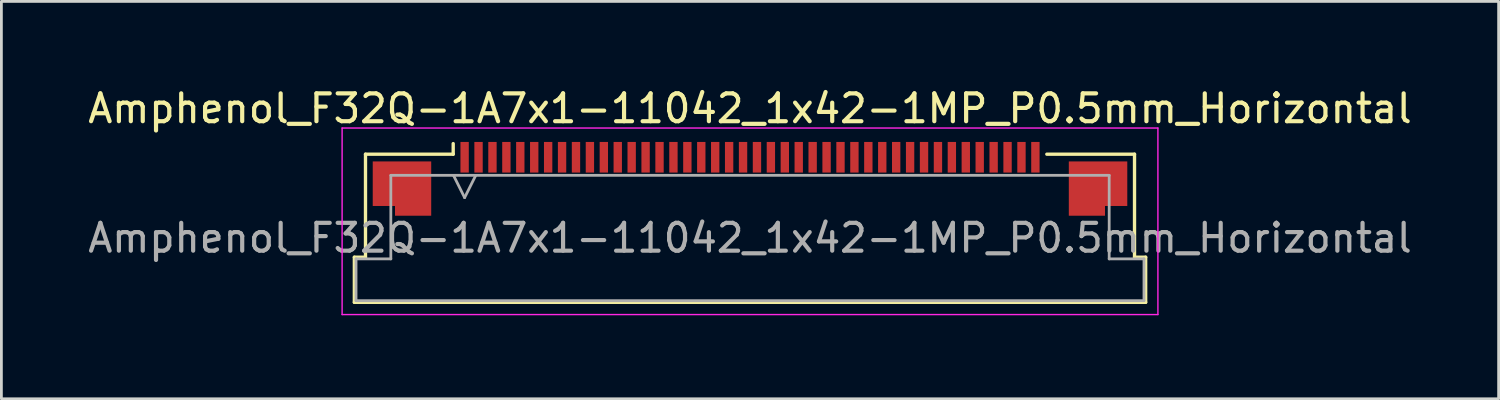
<source format=kicad_pcb>
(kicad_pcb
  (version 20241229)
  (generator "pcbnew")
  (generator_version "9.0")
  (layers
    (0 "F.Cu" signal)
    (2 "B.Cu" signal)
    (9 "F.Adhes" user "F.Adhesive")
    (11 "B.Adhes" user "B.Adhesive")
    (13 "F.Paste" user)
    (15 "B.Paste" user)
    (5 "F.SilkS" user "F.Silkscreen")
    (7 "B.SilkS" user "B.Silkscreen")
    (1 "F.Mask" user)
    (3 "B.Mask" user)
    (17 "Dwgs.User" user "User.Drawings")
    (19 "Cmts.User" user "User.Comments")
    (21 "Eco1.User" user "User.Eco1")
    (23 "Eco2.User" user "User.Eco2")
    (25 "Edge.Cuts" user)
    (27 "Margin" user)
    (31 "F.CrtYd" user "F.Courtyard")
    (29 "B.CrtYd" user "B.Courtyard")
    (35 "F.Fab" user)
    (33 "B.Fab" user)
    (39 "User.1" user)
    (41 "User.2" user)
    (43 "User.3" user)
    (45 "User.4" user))
  (footprint "Amphenol_F32Q-1A7x1-11042_1x42-1MP_P0.5mm_Horizontal"
    (layer "F.Cu")
    (at 23.887 5.498)
    (property "Reference" "Amphenol_F32Q-1A7x1-11042_1x42-1MP_P0.5mm_Horizontal" (at 0 -4.65 0) (layer "F.SilkS") (effects (font (size 1 1) (thickness 0.15))))
    (attr smd)
    (fp_line (start -14.21 0.69) (end -13.81 0.69) (stroke (width 0.12) (type solid)) (layer "F.SilkS"))
    (fp_line (start -14.21 2.31) (end -14.21 0.69) (stroke (width 0.12) (type solid)) (layer "F.SilkS"))
    (fp_line (start -13.81 -3.01) (end -10.66 -3.01) (stroke (width 0.12) (type solid)) (layer "F.SilkS"))
    (fp_line (start -13.81 0.69) (end -13.81 -3.01) (stroke (width 0.12) (type solid)) (layer "F.SilkS"))
    (fp_line (start -10.66 -3.01) (end -10.66 -3.39) (stroke (width 0.12) (type solid)) (layer "F.SilkS"))
    (fp_line (start 10.66 -3.01) (end 13.81 -3.01) (stroke (width 0.12) (type solid)) (layer "F.SilkS"))
    (fp_line (start 13.81 -3.01) (end 13.81 0.69) (stroke (width 0.12) (type solid)) (layer "F.SilkS"))
    (fp_line (start 13.81 0.69) (end 14.21 0.69) (stroke (width 0.12) (type solid)) (layer "F.SilkS"))
    (fp_line (start 14.21 0.69) (end 14.21 2.31) (stroke (width 0.12) (type solid)) (layer "F.SilkS"))
    (fp_line (start 14.21 2.31) (end -14.21 2.31) (stroke (width 0.12) (type solid)) (layer "F.SilkS"))
    (fp_line (start -14.65 -3.95) (end -14.65 2.75) (stroke (width 0.05) (type solid)) (layer "F.CrtYd"))
    (fp_line (start -14.65 2.75) (end 14.65 2.75) (stroke (width 0.05) (type solid)) (layer "F.CrtYd"))
    (fp_line (start 14.65 -3.95) (end -14.65 -3.95) (stroke (width 0.05) (type solid)) (layer "F.CrtYd"))
    (fp_line (start 14.65 2.75) (end 14.65 -3.95) (stroke (width 0.05) (type solid)) (layer "F.CrtYd"))
    (fp_line (start -14.15 0.75) (end -12.9 0.75) (stroke (width 0.1) (type solid)) (layer "F.Fab"))
    (fp_line (start -14.15 2.25) (end -14.15 0.75) (stroke (width 0.1) (type solid)) (layer "F.Fab"))
    (fp_line (start -12.9 -2.25) (end 12.9 -2.25) (stroke (width 0.1) (type solid)) (layer "F.Fab"))
    (fp_line (start -12.9 0.75) (end -12.9 -2.25) (stroke (width 0.1) (type solid)) (layer "F.Fab"))
    (fp_line (start -10.65 -2.25) (end -10.25 -1.45) (stroke (width 0.1) (type solid)) (layer "F.Fab"))
    (fp_line (start -10.25 -1.45) (end -9.85 -2.25) (stroke (width 0.1) (type solid)) (layer "F.Fab"))
    (fp_line (start 12.9 -2.25) (end 12.9 0.75) (stroke (width 0.1) (type solid)) (layer "F.Fab"))
    (fp_line (start 12.9 0.75) (end 14.15 0.75) (stroke (width 0.1) (type solid)) (layer "F.Fab"))
    (fp_line (start 14.15 0.75) (end 14.15 2.25) (stroke (width 0.1) (type solid)) (layer "F.Fab"))
    (fp_line (start 14.15 2.25) (end -14.15 2.25) (stroke (width 0.1) (type solid)) (layer "F.Fab"))
    (fp_text user "${REFERENCE}" (at 0 0 0) (layer "F.Fab") (effects (font (size 1 1) (thickness 0.15))))
    (pad "1" smd rect (at -10.25 -2.9) (size 0.3 1.1) (layers "F.Cu" "F.Mask" "F.Paste"))
    (pad "2" smd rect (at -9.75 -2.9) (size 0.3 1.1) (layers "F.Cu" "F.Mask" "F.Paste"))
    (pad "3" smd rect (at -9.25 -2.9) (size 0.3 1.1) (layers "F.Cu" "F.Mask" "F.Paste"))
    (pad "4" smd rect (at -8.75 -2.9) (size 0.3 1.1) (layers "F.Cu" "F.Mask" "F.Paste"))
    (pad "5" smd rect (at -8.25 -2.9) (size 0.3 1.1) (layers "F.Cu" "F.Mask" "F.Paste"))
    (pad "6" smd rect (at -7.75 -2.9) (size 0.3 1.1) (layers "F.Cu" "F.Mask" "F.Paste"))
    (pad "7" smd rect (at -7.25 -2.9) (size 0.3 1.1) (layers "F.Cu" "F.Mask" "F.Paste"))
    (pad "8" smd rect (at -6.75 -2.9) (size 0.3 1.1) (layers "F.Cu" "F.Mask" "F.Paste"))
    (pad "9" smd rect (at -6.25 -2.9) (size 0.3 1.1) (layers "F.Cu" "F.Mask" "F.Paste"))
    (pad "10" smd rect (at -5.75 -2.9) (size 0.3 1.1) (layers "F.Cu" "F.Mask" "F.Paste"))
    (pad "11" smd rect (at -5.25 -2.9) (size 0.3 1.1) (layers "F.Cu" "F.Mask" "F.Paste"))
    (pad "12" smd rect (at -4.75 -2.9) (size 0.3 1.1) (layers "F.Cu" "F.Mask" "F.Paste"))
    (pad "13" smd rect (at -4.25 -2.9) (size 0.3 1.1) (layers "F.Cu" "F.Mask" "F.Paste"))
    (pad "14" smd rect (at -3.75 -2.9) (size 0.3 1.1) (layers "F.Cu" "F.Mask" "F.Paste"))
    (pad "15" smd rect (at -3.25 -2.9) (size 0.3 1.1) (layers "F.Cu" "F.Mask" "F.Paste"))
    (pad "16" smd rect (at -2.75 -2.9) (size 0.3 1.1) (layers "F.Cu" "F.Mask" "F.Paste"))
    (pad "17" smd rect (at -2.25 -2.9) (size 0.3 1.1) (layers "F.Cu" "F.Mask" "F.Paste"))
    (pad "18" smd rect (at -1.75 -2.9) (size 0.3 1.1) (layers "F.Cu" "F.Mask" "F.Paste"))
    (pad "19" smd rect (at -1.25 -2.9) (size 0.3 1.1) (layers "F.Cu" "F.Mask" "F.Paste"))
    (pad "20" smd rect (at -0.75 -2.9) (size 0.3 1.1) (layers "F.Cu" "F.Mask" "F.Paste"))
    (pad "21" smd rect (at -0.25 -2.9) (size 0.3 1.1) (layers "F.Cu" "F.Mask" "F.Paste"))
    (pad "22" smd rect (at 0.25 -2.9) (size 0.3 1.1) (layers "F.Cu" "F.Mask" "F.Paste"))
    (pad "23" smd rect (at 0.75 -2.9) (size 0.3 1.1) (layers "F.Cu" "F.Mask" "F.Paste"))
    (pad "24" smd rect (at 1.25 -2.9) (size 0.3 1.1) (layers "F.Cu" "F.Mask" "F.Paste"))
    (pad "25" smd rect (at 1.75 -2.9) (size 0.3 1.1) (layers "F.Cu" "F.Mask" "F.Paste"))
    (pad "26" smd rect (at 2.25 -2.9) (size 0.3 1.1) (layers "F.Cu" "F.Mask" "F.Paste"))
    (pad "27" smd rect (at 2.75 -2.9) (size 0.3 1.1) (layers "F.Cu" "F.Mask" "F.Paste"))
    (pad "28" smd rect (at 3.25 -2.9) (size 0.3 1.1) (layers "F.Cu" "F.Mask" "F.Paste"))
    (pad "29" smd rect (at 3.75 -2.9) (size 0.3 1.1) (layers "F.Cu" "F.Mask" "F.Paste"))
    (pad "30" smd rect (at 4.25 -2.9) (size 0.3 1.1) (layers "F.Cu" "F.Mask" "F.Paste"))
    (pad "31" smd rect (at 4.75 -2.9) (size 0.3 1.1) (layers "F.Cu" "F.Mask" "F.Paste"))
    (pad "32" smd rect (at 5.25 -2.9) (size 0.3 1.1) (layers "F.Cu" "F.Mask" "F.Paste"))
    (pad "33" smd rect (at 5.75 -2.9) (size 0.3 1.1) (layers "F.Cu" "F.Mask" "F.Paste"))
    (pad "34" smd rect (at 6.25 -2.9) (size 0.3 1.1) (layers "F.Cu" "F.Mask" "F.Paste"))
    (pad "35" smd rect (at 6.75 -2.9) (size 0.3 1.1) (layers "F.Cu" "F.Mask" "F.Paste"))
    (pad "36" smd rect (at 7.25 -2.9) (size 0.3 1.1) (layers "F.Cu" "F.Mask" "F.Paste"))
    (pad "37" smd rect (at 7.75 -2.9) (size 0.3 1.1) (layers "F.Cu" "F.Mask" "F.Paste"))
    (pad "38" smd rect (at 8.25 -2.9) (size 0.3 1.1) (layers "F.Cu" "F.Mask" "F.Paste"))
    (pad "39" smd rect (at 8.75 -2.9) (size 0.3 1.1) (layers "F.Cu" "F.Mask" "F.Paste"))
    (pad "40" smd rect (at 9.25 -2.9) (size 0.3 1.1) (layers "F.Cu" "F.Mask" "F.Paste"))
    (pad "41" smd rect (at 9.75 -2.9) (size 0.3 1.1) (layers "F.Cu" "F.Mask" "F.Paste"))
    (pad "42" smd rect (at 10.25 -2.9) (size 0.3 1.1) (layers "F.Cu" "F.Mask" "F.Paste"))
    (pad "MP" smd custom (at -12.5 -1.775) (size 1 1) (layers "F.Cu" "F.Mask" "F.Paste") (options (anchor circle)) (primitives (gr_poly (pts (xy 1.05 -0.975) (xy 1.05 0.975) (xy -0.25 0.975) (xy -0.25 0.625) (xy -1.05 0.625) (xy -1.05 -0.975) (xy 1.05 -0.975)) (width 0) (fill yes))))
    (pad "MP" smd custom (at 12.5 -1.775) (size 1 1) (layers "F.Cu" "F.Mask" "F.Paste") (options (anchor circle)) (primitives (gr_poly (pts (xy -1.05 -0.975) (xy -1.05 0.975) (xy 0.25 0.975) (xy 0.25 0.625) (xy 1.05 0.625) (xy 1.05 -0.975) (xy -1.05 -0.975)) (width 0) (fill yes)))))
  (gr_rect
    (start -3 -3)
    (end 50.774 11.273)
    (stroke (width 0.1) (type default))
    (fill no)
    (layer "Edge.Cuts")))
</source>
